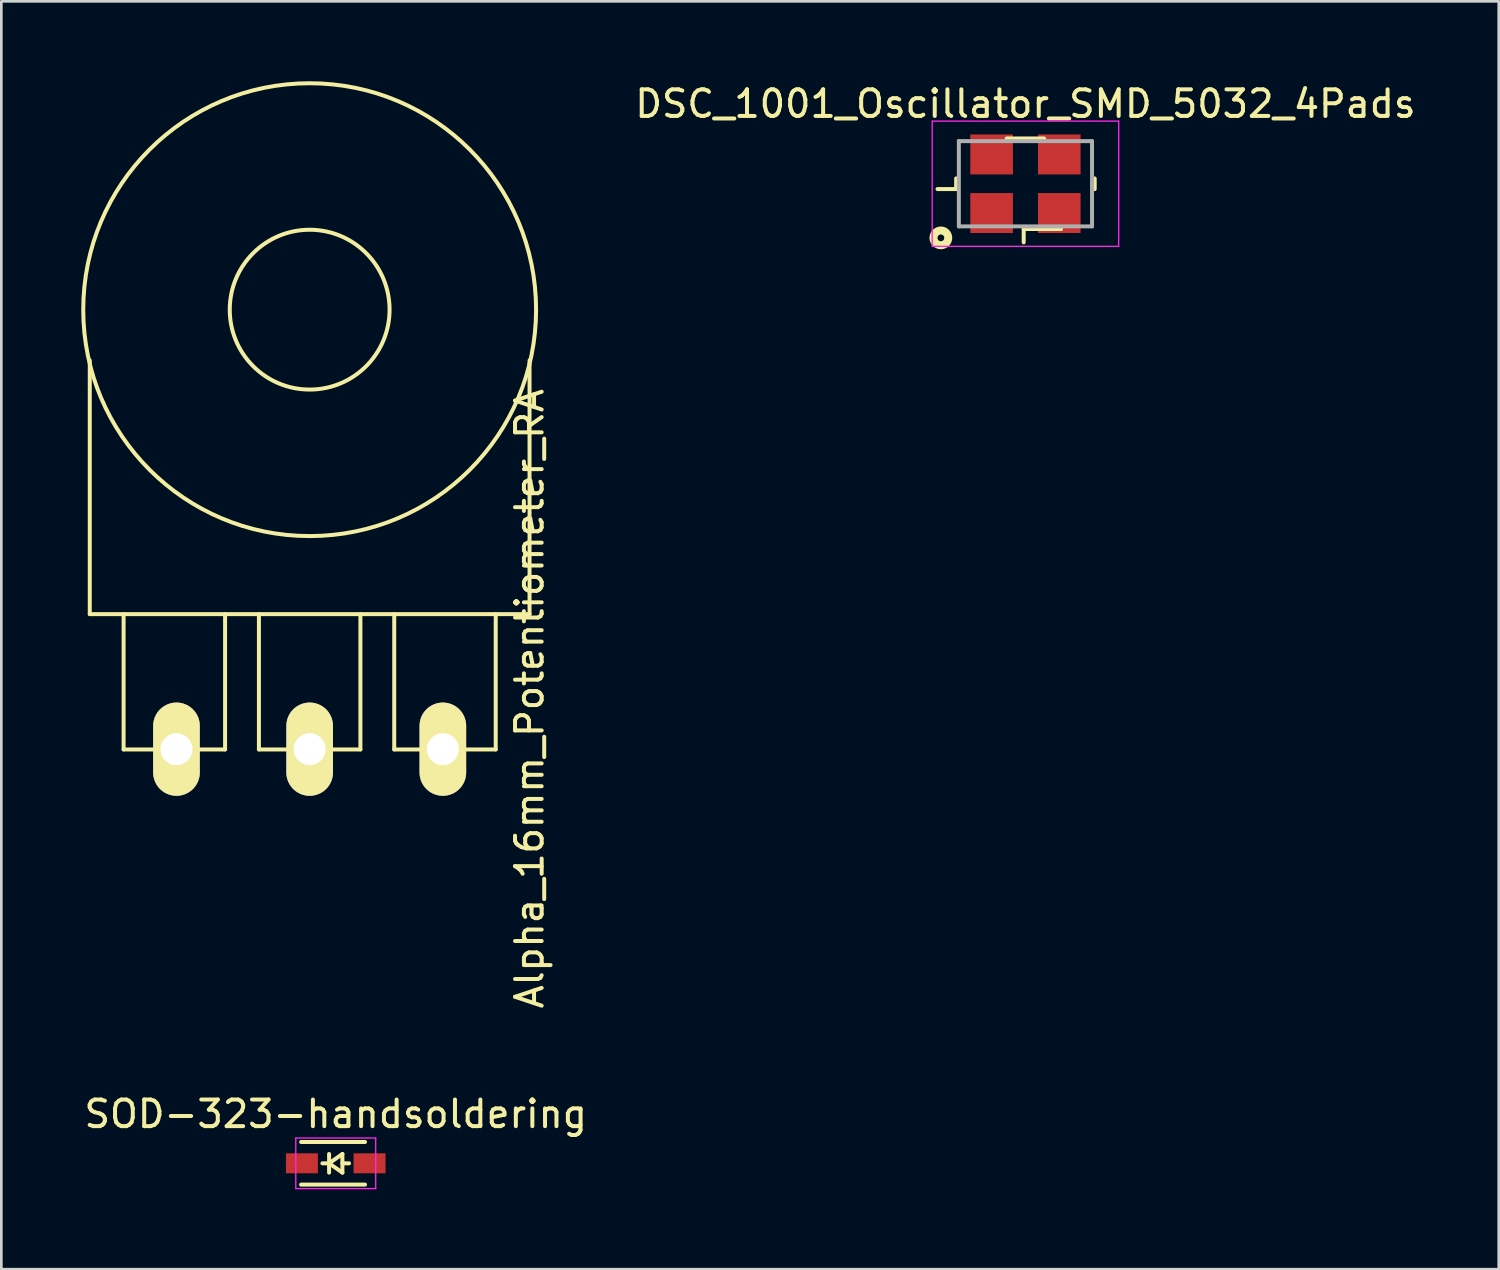
<source format=kicad_pcb>
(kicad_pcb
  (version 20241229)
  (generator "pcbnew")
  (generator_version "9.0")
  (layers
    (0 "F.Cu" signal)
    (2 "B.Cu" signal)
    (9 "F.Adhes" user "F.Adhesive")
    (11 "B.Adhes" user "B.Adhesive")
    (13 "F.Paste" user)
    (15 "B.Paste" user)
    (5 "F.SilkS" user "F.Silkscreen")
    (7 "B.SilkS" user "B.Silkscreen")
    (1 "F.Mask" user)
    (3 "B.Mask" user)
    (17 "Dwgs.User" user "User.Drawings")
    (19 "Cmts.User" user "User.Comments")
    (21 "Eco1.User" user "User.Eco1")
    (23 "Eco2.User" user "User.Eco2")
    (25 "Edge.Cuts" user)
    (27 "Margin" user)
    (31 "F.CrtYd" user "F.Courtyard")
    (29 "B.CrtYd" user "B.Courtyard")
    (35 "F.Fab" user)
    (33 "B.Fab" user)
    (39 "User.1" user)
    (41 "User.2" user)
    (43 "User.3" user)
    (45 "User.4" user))
  (footprint "Alpha_16mm_Potentiometer_RA"
    (layer "F.Cu")
    (at 8.575 8.575)
    (property "Reference" "Alpha_16mm_Potentiometer_RA" (at 8.255 14.605 90) (layer "F.SilkS") (effects (font (size 1 1) (thickness 0.15))))
    (attr through_hole)
    (fp_line (start -8.255 1.905) (end -8.255 11.43) (stroke (width 0.15) (type solid)) (layer "F.SilkS"))
    (fp_line (start -6.985 16.51) (end -6.985 11.43) (stroke (width 0.15) (type solid)) (layer "F.SilkS"))
    (fp_line (start -6.985 16.51) (end -3.175 16.51) (stroke (width 0.15) (type solid)) (layer "F.SilkS"))
    (fp_line (start -3.175 16.51) (end -3.175 11.43) (stroke (width 0.15) (type solid)) (layer "F.SilkS"))
    (fp_line (start -1.905 16.51) (end -1.905 11.43) (stroke (width 0.15) (type solid)) (layer "F.SilkS"))
    (fp_line (start -1.905 16.51) (end 1.905 16.51) (stroke (width 0.15) (type solid)) (layer "F.SilkS"))
    (fp_line (start 1.905 16.51) (end 1.905 11.43) (stroke (width 0.15) (type solid)) (layer "F.SilkS"))
    (fp_line (start 3.175 16.51) (end 3.175 11.43) (stroke (width 0.15) (type solid)) (layer "F.SilkS"))
    (fp_line (start 3.175 16.51) (end 6.985 16.51) (stroke (width 0.15) (type solid)) (layer "F.SilkS"))
    (fp_line (start 6.985 16.51) (end 6.985 11.43) (stroke (width 0.15) (type solid)) (layer "F.SilkS"))
    (fp_line (start 8.255 1.905) (end 8.255 11.43) (stroke (width 0.15) (type solid)) (layer "F.SilkS"))
    (fp_line (start 8.255 11.43) (end -8.255 11.43) (stroke (width 0.15) (type solid)) (layer "F.SilkS"))
    (fp_circle (center 0 0) (end 3 0) (stroke (width 0.15) (type solid)) (fill no) (layer "F.SilkS"))
    (fp_circle (center 0 0) (end 8.5 0) (stroke (width 0.15) (type solid)) (fill no) (layer "F.SilkS"))
    (pad "1" thru_hole oval (at -5 16.5) (size 1.75 3.5) (drill 1.2) (layers "*.Cu" "*.Mask" "F.SilkS"))
    (pad "2" thru_hole oval (at 0 16.5) (size 1.75 3.5) (drill 1.2) (layers "*.Cu" "*.Mask" "F.SilkS"))
    (pad "3" thru_hole oval (at 5 16.5) (size 1.75 3.5) (drill 1.2) (layers "*.Cu" "*.Mask" "F.SilkS")))
  (footprint "SOD-323-handsoldering"
    (layer "F.Cu")
    (at 9.554 40.622)
    (property "Reference" "SOD-323-handsoldering" (at 0 -1.85 0) (layer "F.SilkS") (effects (font (size 1 1) (thickness 0.15))))
    (attr smd)
    (fp_line (start -1.3 -0.8) (end 1.1 -0.8) (stroke (width 0.15) (type solid)) (layer "F.SilkS"))
    (fp_line (start -1.3 0.8) (end 1.1 0.8) (stroke (width 0.15) (type solid)) (layer "F.SilkS"))
    (fp_line (start -0.25 -0.35) (end -0.25 0.35) (stroke (width 0.15) (type solid)) (layer "F.SilkS"))
    (fp_line (start -0.25 0) (end -0.5 0) (stroke (width 0.15) (type solid)) (layer "F.SilkS"))
    (fp_line (start -0.25 0) (end 0.25 -0.35) (stroke (width 0.15) (type solid)) (layer "F.SilkS"))
    (fp_line (start 0.25 -0.35) (end 0.25 0.35) (stroke (width 0.15) (type solid)) (layer "F.SilkS"))
    (fp_line (start 0.25 0) (end 0.5 0) (stroke (width 0.15) (type solid)) (layer "F.SilkS"))
    (fp_line (start 0.25 0.35) (end -0.25 0) (stroke (width 0.15) (type solid)) (layer "F.SilkS"))
    (fp_line (start -1.5 -0.95) (end -1.5 0.95) (stroke (width 0.05) (type solid)) (layer "F.CrtYd"))
    (fp_line (start -1.5 -0.95) (end 1.5 -0.95) (stroke (width 0.05) (type solid)) (layer "F.CrtYd"))
    (fp_line (start -1.5 0.95) (end 1.5 0.95) (stroke (width 0.05) (type solid)) (layer "F.CrtYd"))
    (fp_line (start 1.5 -0.95) (end 1.5 0.95) (stroke (width 0.05) (type solid)) (layer "F.CrtYd"))
    (pad "1" smd rect (at -1.27 0) (size 1.2 0.75) (layers "F.Cu" "F.Mask" "F.Paste"))
    (pad "2" smd rect (at 1.27 0) (size 1.2 0.75) (layers "F.Cu" "F.Mask" "F.Paste")))
  (footprint "DSC_1001_Oscillator_SMD_5032_4Pads"
    (layer "F.Cu")
    (at 35.446 3.848)
    (property "Reference" "DSC_1001_Oscillator_SMD_5032_4Pads" (at 0 -3 0) (layer "F.SilkS") (effects (font (size 1 1) (thickness 0.15))))
    (attr smd)
    (fp_line (start -2.6 0.2) (end -3.3 0.2) (stroke (width 0.15) (type solid)) (layer "F.SilkS"))
    (fp_line (start -2.6 0.2) (end -2.6 -0.2) (stroke (width 0.15) (type solid)) (layer "F.SilkS"))
    (fp_line (start -0.701 -1.7) (end 0.701 -1.7) (stroke (width 0.15) (type solid)) (layer "F.SilkS"))
    (fp_line (start -0.065 1.7) (end -0.065 2.2) (stroke (width 0.15) (type solid)) (layer "F.SilkS"))
    (fp_line (start 1.337 1.7) (end -0.065 1.7) (stroke (width 0.15) (type solid)) (layer "F.SilkS"))
    (fp_line (start 2.6 0.2) (end 2.6 -0.2) (stroke (width 0.15) (type solid)) (layer "F.SilkS"))
    (fp_circle (center -3.175 2.032) (end -3.048 2.032) (stroke (width 0.3) (type solid)) (fill no) (layer "F.SilkS"))
    (fp_line (start -3.5 -2.35) (end -3.5 2.35) (stroke (width 0.05) (type solid)) (layer "F.CrtYd"))
    (fp_line (start -3.5 2.35) (end 3.5 2.35) (stroke (width 0.05) (type solid)) (layer "F.CrtYd"))
    (fp_line (start 3.5 -2.35) (end -3.5 -2.35) (stroke (width 0.05) (type solid)) (layer "F.CrtYd"))
    (fp_line (start 3.5 2.35) (end 3.5 -2.35) (stroke (width 0.05) (type solid)) (layer "F.CrtYd"))
    (fp_line (start -2.5 -1.6) (end -2.5 1.6) (stroke (width 0.15) (type solid)) (layer "F.Fab"))
    (fp_line (start -2.5 1.6) (end 2.5 1.6) (stroke (width 0.15) (type solid)) (layer "F.Fab"))
    (fp_line (start 2.5 -1.6) (end -2.5 -1.6) (stroke (width 0.15) (type solid)) (layer "F.Fab"))
    (fp_line (start 2.5 1.6) (end 2.5 -1.6) (stroke (width 0.15) (type solid)) (layer "F.Fab"))
    (pad "1" smd rect (at -1.27 1.1) (size 1.6 1.5) (layers "F.Cu" "F.Mask" "F.Paste"))
    (pad "2" smd rect (at 1.27 1.1) (size 1.6 1.5) (layers "F.Cu" "F.Mask" "F.Paste"))
    (pad "3" smd rect (at 1.27 -1.1) (size 1.6 1.5) (layers "F.Cu" "F.Mask" "F.Paste"))
    (pad "4" smd rect (at -1.27 -1.1) (size 1.6 1.5) (layers "F.Cu" "F.Mask" "F.Paste")))
  (gr_rect
    (start -3 -3)
    (end 53.214 44.597)
    (stroke (width 0.1) (type default))
    (fill no)
    (layer "Edge.Cuts")))
</source>
